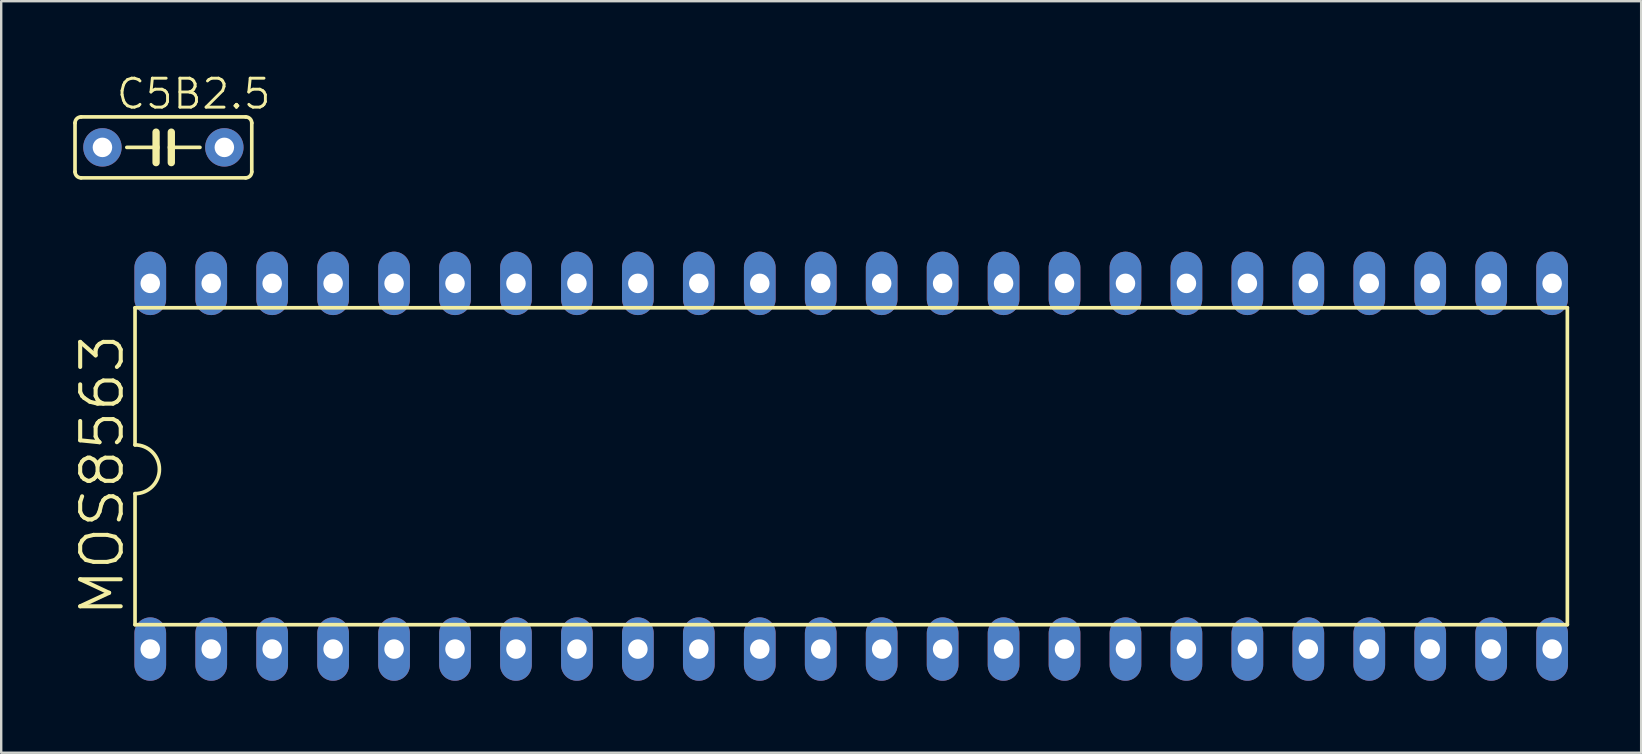
<source format=kicad_pcb>
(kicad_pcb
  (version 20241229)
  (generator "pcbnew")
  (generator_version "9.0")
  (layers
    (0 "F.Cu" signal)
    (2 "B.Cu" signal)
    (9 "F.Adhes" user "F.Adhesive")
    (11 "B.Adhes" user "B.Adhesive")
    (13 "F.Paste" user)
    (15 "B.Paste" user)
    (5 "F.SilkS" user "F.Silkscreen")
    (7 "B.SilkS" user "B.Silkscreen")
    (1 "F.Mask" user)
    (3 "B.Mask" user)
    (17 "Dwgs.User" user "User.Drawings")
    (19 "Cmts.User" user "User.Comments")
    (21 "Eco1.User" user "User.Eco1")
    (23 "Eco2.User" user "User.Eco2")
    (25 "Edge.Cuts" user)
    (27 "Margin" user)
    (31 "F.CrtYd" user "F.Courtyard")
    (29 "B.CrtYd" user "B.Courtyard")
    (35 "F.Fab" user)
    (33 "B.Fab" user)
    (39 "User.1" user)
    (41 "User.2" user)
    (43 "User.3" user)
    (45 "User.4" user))
  (footprint "MOS8563"
    (layer "F.Cu")
    (at 32.422 16.379)
    (property "Reference" "MOS8563" (at -30.226 6.35 90) (layer "F.SilkS") (effects (font (size 1.689 1.689) (thickness 0.169)) (justify left bottom)))
    (attr through_hole)
    (fp_line (start -29.845 -6.604) (end -29.845 -0.889) (stroke (width 0.152) (type solid)) (layer "F.SilkS"))
    (fp_line (start -29.845 6.604) (end -29.845 1.143) (stroke (width 0.152) (type solid)) (layer "F.SilkS"))
    (fp_line (start -29.845 6.604) (end 29.845 6.604) (stroke (width 0.152) (type solid)) (layer "F.SilkS"))
    (fp_line (start 29.845 -6.604) (end -29.845 -6.604) (stroke (width 0.152) (type solid)) (layer "F.SilkS"))
    (fp_line (start 29.845 6.604) (end 29.845 -6.604) (stroke (width 0.152) (type solid)) (layer "F.SilkS"))
    (fp_arc (start -29.845 -0.889) (mid -28.829 0.127) (end -29.845 1.143) (stroke (width 0.1524) (type solid)) (layer "F.SilkS"))
    (pad "1" thru_hole oval (at -29.21 7.62 90) (size 2.642 1.321) (drill 0.813) (layers "*.Cu" "*.Mask"))
    (pad "2" thru_hole oval (at -26.67 7.62 90) (size 2.642 1.321) (drill 0.813) (layers "*.Cu" "*.Mask"))
    (pad "3" thru_hole oval (at -24.13 7.62 90) (size 2.642 1.321) (drill 0.813) (layers "*.Cu" "*.Mask"))
    (pad "4" thru_hole oval (at -21.59 7.62 90) (size 2.642 1.321) (drill 0.813) (layers "*.Cu" "*.Mask"))
    (pad "5" thru_hole oval (at -19.05 7.62 90) (size 2.642 1.321) (drill 0.813) (layers "*.Cu" "*.Mask"))
    (pad "6" thru_hole oval (at -16.51 7.62 90) (size 2.642 1.321) (drill 0.813) (layers "*.Cu" "*.Mask"))
    (pad "7" thru_hole oval (at -13.97 7.62 90) (size 2.642 1.321) (drill 0.813) (layers "*.Cu" "*.Mask"))
    (pad "8" thru_hole oval (at -11.43 7.62 90) (size 2.642 1.321) (drill 0.813) (layers "*.Cu" "*.Mask"))
    (pad "9" thru_hole oval (at -8.89 7.62 90) (size 2.642 1.321) (drill 0.813) (layers "*.Cu" "*.Mask"))
    (pad "10" thru_hole oval (at -6.35 7.62 90) (size 2.642 1.321) (drill 0.813) (layers "*.Cu" "*.Mask"))
    (pad "11" thru_hole oval (at -3.81 7.62 90) (size 2.642 1.321) (drill 0.813) (layers "*.Cu" "*.Mask"))
    (pad "12" thru_hole oval (at -1.27 7.62 90) (size 2.642 1.321) (drill 0.813) (layers "*.Cu" "*.Mask"))
    (pad "13" thru_hole oval (at 1.27 7.62 90) (size 2.642 1.321) (drill 0.813) (layers "*.Cu" "*.Mask"))
    (pad "14" thru_hole oval (at 3.81 7.62 90) (size 2.642 1.321) (drill 0.813) (layers "*.Cu" "*.Mask"))
    (pad "15" thru_hole oval (at 6.35 7.62 90) (size 2.642 1.321) (drill 0.813) (layers "*.Cu" "*.Mask"))
    (pad "16" thru_hole oval (at 8.89 7.62 90) (size 2.642 1.321) (drill 0.813) (layers "*.Cu" "*.Mask"))
    (pad "17" thru_hole oval (at 11.43 7.62 90) (size 2.642 1.321) (drill 0.813) (layers "*.Cu" "*.Mask"))
    (pad "18" thru_hole oval (at 13.97 7.62 90) (size 2.642 1.321) (drill 0.813) (layers "*.Cu" "*.Mask"))
    (pad "19" thru_hole oval (at 16.51 7.62 90) (size 2.642 1.321) (drill 0.813) (layers "*.Cu" "*.Mask"))
    (pad "20" thru_hole oval (at 19.05 7.62 90) (size 2.642 1.321) (drill 0.813) (layers "*.Cu" "*.Mask"))
    (pad "21" thru_hole oval (at 21.59 7.62 90) (size 2.642 1.321) (drill 0.813) (layers "*.Cu" "*.Mask"))
    (pad "22" thru_hole oval (at 24.13 7.62 90) (size 2.642 1.321) (drill 0.813) (layers "*.Cu" "*.Mask"))
    (pad "23" thru_hole oval (at 26.67 7.62 90) (size 2.642 1.321) (drill 0.813) (layers "*.Cu" "*.Mask"))
    (pad "24" thru_hole oval (at 29.21 7.62 90) (size 2.642 1.321) (drill 0.813) (layers "*.Cu" "*.Mask"))
    (pad "25" thru_hole oval (at 29.21 -7.62 90) (size 2.642 1.321) (drill 0.813) (layers "*.Cu" "*.Mask"))
    (pad "26" thru_hole oval (at 26.67 -7.62 90) (size 2.642 1.321) (drill 0.813) (layers "*.Cu" "*.Mask"))
    (pad "27" thru_hole oval (at 24.13 -7.62 90) (size 2.642 1.321) (drill 0.813) (layers "*.Cu" "*.Mask"))
    (pad "28" thru_hole oval (at 21.59 -7.62 90) (size 2.642 1.321) (drill 0.813) (layers "*.Cu" "*.Mask"))
    (pad "29" thru_hole oval (at 19.05 -7.62 90) (size 2.642 1.321) (drill 0.813) (layers "*.Cu" "*.Mask"))
    (pad "30" thru_hole oval (at 16.51 -7.62 90) (size 2.642 1.321) (drill 0.813) (layers "*.Cu" "*.Mask"))
    (pad "31" thru_hole oval (at 13.97 -7.62 90) (size 2.642 1.321) (drill 0.813) (layers "*.Cu" "*.Mask"))
    (pad "32" thru_hole oval (at 11.43 -7.62 90) (size 2.642 1.321) (drill 0.813) (layers "*.Cu" "*.Mask"))
    (pad "33" thru_hole oval (at 8.89 -7.62 90) (size 2.642 1.321) (drill 0.813) (layers "*.Cu" "*.Mask"))
    (pad "34" thru_hole oval (at 6.35 -7.62 90) (size 2.642 1.321) (drill 0.813) (layers "*.Cu" "*.Mask"))
    (pad "35" thru_hole oval (at 3.81 -7.62 90) (size 2.642 1.321) (drill 0.813) (layers "*.Cu" "*.Mask"))
    (pad "36" thru_hole oval (at 1.27 -7.62 90) (size 2.642 1.321) (drill 0.813) (layers "*.Cu" "*.Mask"))
    (pad "37" thru_hole oval (at -1.27 -7.62 90) (size 2.642 1.321) (drill 0.813) (layers "*.Cu" "*.Mask"))
    (pad "38" thru_hole oval (at -3.81 -7.62 90) (size 2.642 1.321) (drill 0.813) (layers "*.Cu" "*.Mask"))
    (pad "39" thru_hole oval (at -6.35 -7.62 90) (size 2.642 1.321) (drill 0.813) (layers "*.Cu" "*.Mask"))
    (pad "40" thru_hole oval (at -8.89 -7.62 90) (size 2.642 1.321) (drill 0.813) (layers "*.Cu" "*.Mask"))
    (pad "41" thru_hole oval (at -11.43 -7.62 90) (size 2.642 1.321) (drill 0.813) (layers "*.Cu" "*.Mask"))
    (pad "42" thru_hole oval (at -13.97 -7.62 90) (size 2.642 1.321) (drill 0.813) (layers "*.Cu" "*.Mask"))
    (pad "43" thru_hole oval (at -16.51 -7.62 90) (size 2.642 1.321) (drill 0.813) (layers "*.Cu" "*.Mask"))
    (pad "44" thru_hole oval (at -19.05 -7.62 90) (size 2.642 1.321) (drill 0.813) (layers "*.Cu" "*.Mask"))
    (pad "45" thru_hole oval (at -21.59 -7.62 90) (size 2.642 1.321) (drill 0.813) (layers "*.Cu" "*.Mask"))
    (pad "46" thru_hole oval (at -24.13 -7.62 90) (size 2.642 1.321) (drill 0.813) (layers "*.Cu" "*.Mask"))
    (pad "47" thru_hole oval (at -26.67 -7.62 90) (size 2.642 1.321) (drill 0.813) (layers "*.Cu" "*.Mask"))
    (pad "48" thru_hole oval (at -29.21 -7.62 90) (size 2.642 1.321) (drill 0.813) (layers "*.Cu" "*.Mask")))
  (footprint "C5B2.5"
    (layer "F.Cu")
    (at 3.759 3.092)
    (property "Reference" "C5B2.5" (at -2.032 -1.524 0) (layer "F.SilkS") (effects (font (size 1.206 1.206) (thickness 0.121)) (justify left bottom)))
    (attr through_hole)
    (fp_line (start -3.683 -1.016) (end -3.683 1.016) (stroke (width 0.152) (type solid)) (layer "F.SilkS"))
    (fp_line (start -3.429 1.27) (end 3.429 1.27) (stroke (width 0.152) (type solid)) (layer "F.SilkS"))
    (fp_line (start -0.305 -0.635) (end -0.305 0) (stroke (width 0.305) (type solid)) (layer "F.SilkS"))
    (fp_line (start -0.305 0) (end -1.524 0) (stroke (width 0.152) (type solid)) (layer "F.SilkS"))
    (fp_line (start -0.305 0) (end -0.305 0.635) (stroke (width 0.305) (type solid)) (layer "F.SilkS"))
    (fp_line (start 0.33 -0.635) (end 0.33 0) (stroke (width 0.305) (type solid)) (layer "F.SilkS"))
    (fp_line (start 0.33 0) (end 0.33 0.635) (stroke (width 0.305) (type solid)) (layer "F.SilkS"))
    (fp_line (start 0.33 0) (end 1.524 0) (stroke (width 0.152) (type solid)) (layer "F.SilkS"))
    (fp_line (start 3.429 -1.27) (end -3.429 -1.27) (stroke (width 0.152) (type solid)) (layer "F.SilkS"))
    (fp_line (start 3.683 1.016) (end 3.683 -1.016) (stroke (width 0.152) (type solid)) (layer "F.SilkS"))
    (fp_arc (start -3.683 -1.016) (mid -3.608605 -1.195605) (end -3.429 -1.27) (stroke (width 0.1524) (type solid)) (layer "F.SilkS"))
    (fp_arc (start -3.429 1.27) (mid -3.608605 1.195605) (end -3.683 1.016) (stroke (width 0.1524) (type solid)) (layer "F.SilkS"))
    (fp_arc (start 3.429 -1.27) (mid 3.608605 -1.195605) (end 3.683 -1.016) (stroke (width 0.1524) (type solid)) (layer "F.SilkS"))
    (fp_arc (start 3.683 1.016) (mid 3.608605 1.195605) (end 3.429 1.27) (stroke (width 0.1524) (type solid)) (layer "F.SilkS"))
    (pad "1" thru_hole circle (at -2.54 0) (size 1.6 1.6) (drill 0.813) (layers "*.Cu" "*.Mask"))
    (pad "2" thru_hole circle (at 2.54 0) (size 1.6 1.6) (drill 0.813) (layers "*.Cu" "*.Mask")))
  (gr_rect
    (start -3 -3)
    (end 65.343 28.32)
    (stroke (width 0.1) (type default))
    (fill no)
    (layer "Edge.Cuts")))
</source>
